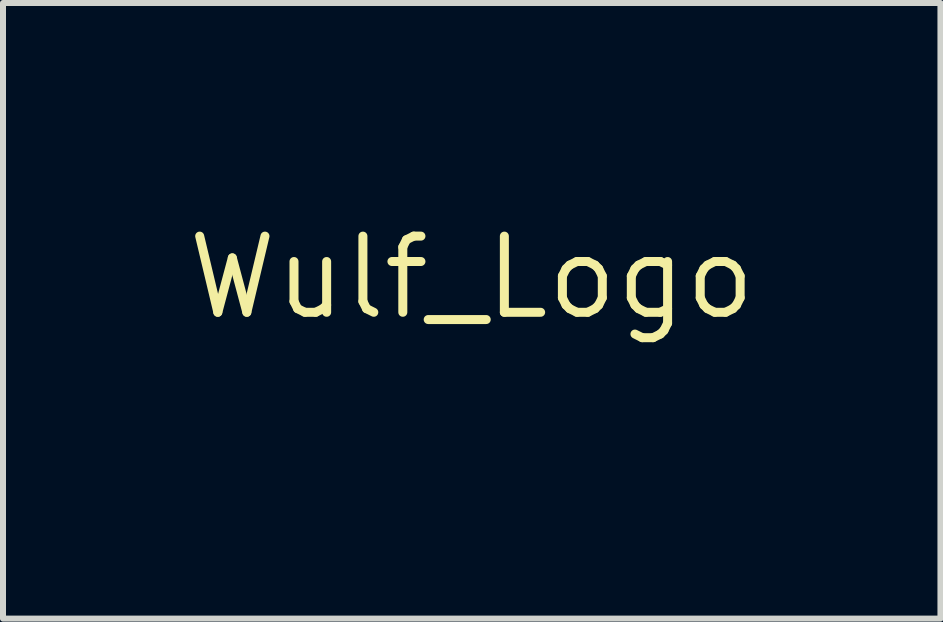
<source format=kicad_pcb>
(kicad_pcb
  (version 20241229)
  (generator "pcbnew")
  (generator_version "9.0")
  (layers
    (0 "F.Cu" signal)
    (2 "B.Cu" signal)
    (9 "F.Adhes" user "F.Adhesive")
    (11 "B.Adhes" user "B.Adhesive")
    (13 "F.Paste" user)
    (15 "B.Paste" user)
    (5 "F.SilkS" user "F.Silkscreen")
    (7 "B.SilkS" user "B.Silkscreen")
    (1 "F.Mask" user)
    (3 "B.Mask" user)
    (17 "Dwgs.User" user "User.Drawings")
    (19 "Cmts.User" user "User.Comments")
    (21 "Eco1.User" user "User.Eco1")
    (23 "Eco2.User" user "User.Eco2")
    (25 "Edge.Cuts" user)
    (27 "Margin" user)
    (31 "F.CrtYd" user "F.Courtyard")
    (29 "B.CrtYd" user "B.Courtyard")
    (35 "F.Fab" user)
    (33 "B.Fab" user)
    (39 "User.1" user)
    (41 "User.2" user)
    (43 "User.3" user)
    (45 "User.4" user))
  (footprint "Wulf_Logo"
    (layer "F.Cu")
    (at 4.815 1.577)
    (property "Reference" "Wulf_Logo" (at 0 0 0) (layer "F.SilkS") (effects (font (size 1.27 1.27) (thickness 0.15))))
    (attr through_hole)
    (fp_poly (pts (xy -1.391 -1.558) (xy -1.354 -1.521) (xy -1.309 -1.463) (xy -1.302 -1.452) (xy -1.272 -1.411) (xy -1.245 -1.378) (xy -1.216 -1.348) (xy -1.181 -1.319) (xy -1.135 -1.286) (xy -1.074 -1.246) (xy -0.992 -1.196) (xy -0.94 -1.164) (xy -0.843 -1.106) (xy -0.766 -1.06) (xy -0.701 -1.026) (xy -0.642 -0.998) (xy -0.581 -0.974) (xy -0.513 -0.95) (xy -0.428 -0.923) (xy -0.418 -0.92) (xy -0.334 -0.894) (xy -0.262 -0.87) (xy -0.206 -0.852) (xy -0.172 -0.839) (xy -0.163 -0.835) (xy -0.172 -0.824) (xy -0.202 -0.8) (xy -0.248 -0.767) (xy -0.277 -0.749) (xy -0.398 -0.671) (xy -0.23 -0.571) (xy -0.158 -0.528) (xy -0.109 -0.495) (xy -0.081 -0.471) (xy -0.068 -0.452) (xy -0.067 -0.438) (xy -0.073 -0.421) (xy -0.09 -0.409) (xy -0.125 -0.398) (xy -0.182 -0.386) (xy -0.209 -0.381) (xy -0.272 -0.369) (xy -0.321 -0.359) (xy -0.351 -0.351) (xy -0.355 -0.349) (xy -0.354 -0.331) (xy -0.346 -0.289) (xy -0.333 -0.227) (xy -0.315 -0.152) (xy -0.295 -0.069) (xy -0.273 0.017) (xy -0.252 0.1) (xy -0.232 0.174) (xy -0.215 0.234) (xy -0.202 0.273) (xy -0.196 0.286) (xy -0.177 0.295) (xy -0.133 0.311) (xy -0.068 0.334) (xy 0.012 0.361) (xy 0.104 0.391) (xy 0.123 0.397) (xy 0.239 0.433) (xy 0.335 0.461) (xy 0.42 0.483) (xy 0.505 0.501) (xy 0.599 0.517) (xy 0.712 0.533) (xy 0.742 0.537) (xy 1.056 0.58) (xy 1.526 0.948) (xy 1.632 1.032) (xy 1.731 1.11) (xy 1.819 1.181) (xy 1.893 1.242) (xy 1.951 1.29) (xy 1.989 1.324) (xy 2.006 1.341) (xy 2.006 1.342) (xy 2.01 1.368) (xy 2.014 1.418) (xy 2.016 1.483) (xy 2.016 1.529) (xy 2.018 1.599) (xy 2.021 1.658) (xy 2.025 1.697) (xy 2.029 1.71) (xy 2.042 1.717) (xy 2.075 1.721) (xy 2.129 1.722) (xy 2.208 1.72) (xy 2.286 1.717) (xy 2.372 1.713) (xy 2.448 1.711) (xy 2.507 1.71) (xy 2.544 1.71) (xy 2.552 1.711) (xy 2.568 1.73) (xy 2.572 1.752) (xy 2.566 1.767) (xy 2.548 1.787) (xy 2.514 1.814) (xy 2.462 1.851) (xy 2.387 1.898) (xy 2.293 1.957) (xy 2.208 2.008) (xy 2.131 2.053) (xy 2.067 2.09) (xy 2.02 2.115) (xy 1.995 2.127) (xy 1.993 2.127) (xy 1.971 2.121) (xy 1.927 2.103) (xy 1.865 2.076) (xy 1.793 2.043) (xy 1.765 2.03) (xy 1.559 1.933) (xy 1.45 1.704) (xy 1.341 1.475) (xy 1.27 1.484) (xy 1.209 1.492) (xy 1.15 1.5) (xy 1.139 1.502) (xy 1.079 1.511) (xy 1.111 1.556) (xy 1.134 1.599) (xy 1.143 1.642) (xy 1.143 1.642) (xy 1.152 1.674) (xy 1.179 1.714) (xy 1.23 1.765) (xy 1.233 1.768) (xy 1.323 1.852) (xy 1.264 2.152) (xy 1.245 2.248) (xy 1.228 2.333) (xy 1.213 2.404) (xy 1.202 2.455) (xy 1.197 2.48) (xy 1.197 2.48) (xy 1.19 2.493) (xy 1.173 2.501) (xy 1.142 2.505) (xy 1.091 2.508) (xy 1.014 2.508) (xy 1.006 2.508) (xy 0.916 2.507) (xy 0.854 2.501) (xy 0.821 2.49) (xy 0.812 2.471) (xy 0.826 2.442) (xy 0.86 2.402) (xy 1.005 2.402) (xy 1.008 2.412) (xy 1.016 2.413) (xy 1.029 2.407) (xy 1.027 2.402) (xy 1.008 2.401) (xy 1.005 2.402) (xy 0.86 2.402) (xy 0.86 2.402) (xy 0.87 2.392) (xy 0.906 2.353) (xy 0.924 2.323) (xy 0.929 2.291) (xy 0.925 2.25) (xy 0.917 2.175) (xy 0.827 2.175) (xy 0.756 2.169) (xy 0.713 2.151) (xy 0.699 2.122) (xy 0.709 2.104) (xy 0.737 2.073) (xy 0.739 2.072) (xy 0.889 2.072) (xy 0.897 2.08) (xy 0.905 2.072) (xy 0.897 2.064) (xy 0.889 2.072) (xy 0.739 2.072) (xy 0.76 2.052) (xy 1.006 2.052) (xy 1.013 2.149) (xy 1.019 2.209) (xy 1.032 2.25) (xy 1.057 2.285) (xy 1.068 2.298) (xy 1.099 2.327) (xy 1.119 2.343) (xy 1.123 2.343) (xy 1.128 2.327) (xy 1.137 2.285) (xy 1.15 2.224) (xy 1.164 2.151) (xy 1.165 2.147) (xy 1.201 1.955) (xy 1.006 2.052) (xy 0.76 2.052) (xy 0.764 2.048) (xy 0.796 2.017) (xy 0.816 1.99) (xy 0.821 1.963) (xy 0.811 1.935) (xy 0.783 1.901) (xy 0.735 1.859) (xy 0.665 1.805) (xy 0.572 1.737) (xy 0.552 1.723) (xy 0.294 1.539) (xy 0.159 1.547) (xy 0.091 1.551) (xy 0.002 1.555) (xy -0.097 1.56) (xy -0.195 1.564) (xy -0.208 1.565) (xy -0.44 1.575) (xy -0.563 2.04) (xy -0.686 2.504) (xy -0.851 2.683) (xy -0.993 2.682) (xy -1.059 2.68) (xy -1.113 2.677) (xy -1.148 2.674) (xy -1.155 2.672) (xy -1.173 2.653) (xy -1.168 2.619) (xy -1.14 2.568) (xy -1.138 2.564) (xy -1.012 2.564) (xy -1.008 2.581) (xy -0.975 2.588) (xy -0.971 2.588) (xy -0.939 2.584) (xy -0.93 2.567) (xy -0.933 2.548) (xy -0.942 2.516) (xy -0.957 2.512) (xy -0.986 2.533) (xy -0.987 2.535) (xy -1.012 2.564) (xy -1.138 2.564) (xy -1.088 2.498) (xy -1.079 2.487) (xy -1.038 2.436) (xy -1.006 2.393) (xy -0.987 2.366) (xy -0.984 2.36) (xy -0.999 2.355) (xy -1.037 2.351) (xy -1.086 2.349) (xy -1.143 2.348) (xy -1.19 2.344) (xy -1.213 2.34) (xy -1.234 2.322) (xy -1.234 2.29) (xy -1.214 2.241) (xy -1.207 2.23) (xy -1.087 2.23) (xy -1.074 2.238) (xy -1.057 2.238) (xy -1.03 2.233) (xy -1.026 2.213) (xy -1.027 2.207) (xy -1.038 2.181) (xy -1.046 2.175) (xy -1.061 2.187) (xy -1.076 2.207) (xy -1.087 2.23) (xy -1.207 2.23) (xy -1.172 2.173) (xy -1.158 2.153) (xy -1.078 2.038) (xy -1.15 1.777) (xy -1.175 1.689) (xy -1.198 1.61) (xy -1.218 1.546) (xy -1.232 1.504) (xy -1.238 1.488) (xy -1.244 1.474) (xy -1.136 1.474) (xy -1.13 1.496) (xy -1.116 1.543) (xy -1.096 1.614) (xy -1.071 1.704) (xy -1.041 1.808) (xy -1.009 1.924) (xy -0.992 1.984) (xy -0.958 2.104) (xy -0.927 2.215) (xy -0.9 2.313) (xy -0.877 2.394) (xy -0.86 2.454) (xy -0.85 2.49) (xy -0.847 2.497) (xy -0.839 2.513) (xy -0.826 2.507) (xy -0.805 2.482) (xy -0.794 2.46) (xy -0.778 2.415) (xy -0.756 2.345) (xy -0.727 2.249) (xy -0.692 2.128) (xy -0.651 1.978) (xy -0.602 1.801) (xy -0.546 1.594) (xy -0.51 1.459) (xy -0.409 1.459) (xy -0.407 1.466) (xy -0.397 1.47) (xy -0.378 1.473) (xy -0.345 1.474) (xy -0.295 1.473) (xy -0.226 1.47) (xy -0.134 1.465) (xy -0.017 1.458) (xy 0.115 1.45) (xy 0.186 1.446) (xy 0.199 1.445) (xy 0.368 1.445) (xy 0.383 1.465) (xy 0.423 1.5) (xy 0.486 1.55) (xy 0.57 1.613) (xy 0.667 1.683) (xy 0.96 1.891) (xy 0.962 1.833) (xy 1.064 1.833) (xy 1.065 1.876) (xy 1.07 1.902) (xy 1.072 1.905) (xy 1.091 1.898) (xy 1.125 1.882) (xy 1.129 1.88) (xy 1.161 1.862) (xy 1.167 1.848) (xy 1.152 1.827) (xy 1.149 1.823) (xy 1.116 1.793) (xy 1.092 1.776) (xy 1.074 1.77) (xy 1.066 1.782) (xy 1.064 1.817) (xy 1.064 1.833) (xy 0.962 1.833) (xy 0.97 1.467) (xy 1.448 1.467) (xy 1.453 1.483) (xy 1.47 1.521) (xy 1.496 1.577) (xy 1.529 1.646) (xy 1.54 1.667) (xy 1.637 1.86) (xy 1.783 1.929) (xy 1.844 1.957) (xy 1.894 1.978) (xy 1.925 1.991) (xy 1.934 1.993) (xy 1.934 1.976) (xy 1.934 1.933) (xy 1.933 1.868) (xy 1.932 1.83) (xy 2.032 1.83) (xy 2.032 2) (xy 2.181 1.909) (xy 2.241 1.872) (xy 2.288 1.841) (xy 2.319 1.821) (xy 2.327 1.814) (xy 2.31 1.813) (xy 2.27 1.814) (xy 2.212 1.818) (xy 2.178 1.82) (xy 2.032 1.83) (xy 1.932 1.83) (xy 1.93 1.787) (xy 1.927 1.701) (xy 1.923 1.599) (xy 1.919 1.524) (xy 1.916 1.473) (xy 1.911 1.44) (xy 1.904 1.422) (xy 1.896 1.415) (xy 1.884 1.413) (xy 1.882 1.413) (xy 1.852 1.415) (xy 1.802 1.42) (xy 1.737 1.427) (xy 1.665 1.436) (xy 1.594 1.445) (xy 1.53 1.453) (xy 1.48 1.461) (xy 1.452 1.466) (xy 1.448 1.467) (xy 0.97 1.467) (xy 0.972 1.399) (xy 1.071 1.399) (xy 1.071 1.413) (xy 1.086 1.411) (xy 1.129 1.405) (xy 1.194 1.397) (xy 1.277 1.387) (xy 1.375 1.374) (xy 1.443 1.366) (xy 1.548 1.352) (xy 1.641 1.34) (xy 1.72 1.329) (xy 1.778 1.321) (xy 1.812 1.315) (xy 1.819 1.313) (xy 1.809 1.303) (xy 1.776 1.275) (xy 1.724 1.233) (xy 1.657 1.178) (xy 1.576 1.114) (xy 1.486 1.043) (xy 1.456 1.019) (xy 1.343 0.931) (xy 1.252 0.862) (xy 1.183 0.811) (xy 1.133 0.777) (xy 1.101 0.759) (xy 1.086 0.755) (xy 1.084 0.758) (xy 1.083 0.779) (xy 1.082 0.824) (xy 1.08 0.888) (xy 1.079 0.966) (xy 1.077 1.052) (xy 1.075 1.14) (xy 1.073 1.224) (xy 1.072 1.3) (xy 1.071 1.36) (xy 1.071 1.399) (xy 0.972 1.399) (xy 0.972 1.386) (xy 0.975 1.259) (xy 0.978 1.141) (xy 0.979 1.034) (xy 0.98 0.944) (xy 0.981 0.875) (xy 0.981 0.831) (xy 0.98 0.821) (xy 0.976 0.76) (xy 0.67 1.087) (xy 0.569 1.195) (xy 0.49 1.282) (xy 0.432 1.35) (xy 0.393 1.398) (xy 0.372 1.43) (xy 0.368 1.445) (xy 0.199 1.445) (xy 0.231 1.441) (xy 0.256 1.434) (xy 0.267 1.424) (xy 0.27 1.408) (xy 0.27 1.403) (xy 0.274 1.387) (xy 0.288 1.364) (xy 0.313 1.33) (xy 0.35 1.285) (xy 0.402 1.226) (xy 0.469 1.152) (xy 0.553 1.061) (xy 0.656 0.951) (xy 0.779 0.821) (xy 0.832 0.765) (xy 0.913 0.68) (xy 0.619 0.684) (xy 0.325 0.689) (xy 0.147 0.593) (xy 0.386 0.593) (xy 0.388 0.602) (xy 0.397 0.603) (xy 0.41 0.597) (xy 0.407 0.593) (xy 0.389 0.591) (xy 0.386 0.593) (xy 0.147 0.593) (xy 0.123 0.579) (xy 0.349 0.579) (xy 0.357 0.587) (xy 0.365 0.579) (xy 0.357 0.572) (xy 0.349 0.579) (xy 0.123 0.579) (xy 0.097 0.566) (xy 0.021 0.525) (xy -0.046 0.491) (xy -0.097 0.465) (xy -0.128 0.45) (xy -0.136 0.448) (xy -0.141 0.464) (xy -0.153 0.507) (xy -0.172 0.573) (xy -0.195 0.659) (xy -0.222 0.761) (xy -0.253 0.875) (xy -0.269 0.937) (xy -0.301 1.057) (xy -0.331 1.168) (xy -0.357 1.266) (xy -0.379 1.347) (xy -0.395 1.408) (xy -0.405 1.443) (xy -0.407 1.45) (xy -0.409 1.459) (xy -0.51 1.459) (xy -0.499 1.418) (xy -0.453 1.244) (xy -0.41 1.08) (xy -0.37 0.927) (xy -0.334 0.789) (xy -0.303 0.668) (xy -0.278 0.567) (xy -0.258 0.487) (xy -0.245 0.432) (xy -0.239 0.404) (xy -0.239 0.4) (xy -0.252 0.413) (xy -0.282 0.447) (xy -0.33 0.501) (xy -0.391 0.571) (xy -0.464 0.655) (xy -0.547 0.751) (xy -0.637 0.857) (xy -0.697 0.927) (xy -0.823 1.075) (xy -0.928 1.199) (xy -1.011 1.3) (xy -1.073 1.379) (xy -1.114 1.434) (xy -1.134 1.466) (xy -1.136 1.474) (xy -1.244 1.474) (xy -1.252 1.453) (xy -1.254 1.436) (xy -1.258 1.415) (xy -1.27 1.367) (xy -1.289 1.297) (xy -1.313 1.207) (xy -1.342 1.102) (xy -1.374 0.985) (xy -1.397 0.904) (xy -1.539 0.397) (xy -1.539 0.393) (xy -1.439 0.393) (xy -1.315 0.835) (xy -1.282 0.949) (xy -1.253 1.054) (xy -1.227 1.146) (xy -1.206 1.22) (xy -1.191 1.272) (xy -1.183 1.299) (xy -1.182 1.301) (xy -1.18 1.308) (xy -1.177 1.312) (xy -1.171 1.313) (xy -1.162 1.307) (xy -1.146 1.293) (xy -1.123 1.268) (xy -1.09 1.232) (xy -1.046 1.182) (xy -0.989 1.115) (xy -0.916 1.03) (xy -0.827 0.926) (xy -0.719 0.799) (xy -0.708 0.787) (xy -0.6 0.659) (xy -0.507 0.548) (xy -0.431 0.455) (xy -0.372 0.381) (xy -0.332 0.327) (xy -0.311 0.295) (xy -0.309 0.286) (xy -0.315 0.264) (xy -0.327 0.216) (xy -0.345 0.147) (xy -0.365 0.064) (xy -0.389 -0.03) (xy -0.39 -0.036) (xy -0.418 -0.143) (xy -0.439 -0.223) (xy -0.456 -0.278) (xy -0.47 -0.313) (xy -0.482 -0.33) (xy -0.49 -0.333) (xy -0.512 -0.331) (xy -0.561 -0.324) (xy -0.633 -0.313) (xy -0.722 -0.3) (xy -0.824 -0.284) (xy -0.912 -0.271) (xy -1.035 -0.251) (xy -1.131 -0.235) (xy -1.202 -0.222) (xy -1.254 -0.211) (xy -1.29 -0.201) (xy -1.313 -0.191) (xy -1.328 -0.18) (xy -1.336 -0.172) (xy -1.357 -0.14) (xy -1.365 -0.119) (xy -1.368 -0.099) (xy -1.374 -0.052) (xy -1.383 0.014) (xy -1.395 0.094) (xy -1.402 0.145) (xy -1.439 0.393) (xy -1.539 0.393) (xy -1.498 0.115) (xy -1.482 0.011) (xy -1.469 -0.068) (xy -1.457 -0.125) (xy -1.445 -0.168) (xy -1.432 -0.2) (xy -1.415 -0.227) (xy -1.413 -0.23) (xy -1.382 -0.291) (xy -1.359 -0.371) (xy -1.349 -0.422) (xy -1.329 -0.55) (xy -1.407 -0.755) (xy -1.438 -0.836) (xy -1.461 -0.893) (xy -1.479 -0.93) (xy -1.496 -0.953) (xy -1.513 -0.966) (xy -1.535 -0.974) (xy -1.546 -0.977) (xy -1.599 -1.002) (xy -1.636 -1.047) (xy -1.636 -1.049) (xy -1.659 -1.097) (xy -1.663 -1.126) (xy -1.646 -1.143) (xy -1.619 -1.151) (xy -1.587 -1.161) (xy -1.574 -1.176) (xy -1.579 -1.206) (xy -1.596 -1.249) (xy -1.614 -1.293) (xy -1.495 -1.293) (xy -1.491 -1.271) (xy -1.482 -1.238) (xy -1.466 -1.191) (xy -1.442 -1.127) (xy -1.411 -1.043) (xy -1.37 -0.936) (xy -1.319 -0.805) (xy -1.284 -0.714) (xy -1.259 -0.647) (xy -1.243 -0.595) (xy -1.235 -0.553) (xy -1.234 -0.512) (xy -1.24 -0.468) (xy -1.251 -0.411) (xy -1.263 -0.353) (xy -1.262 -0.324) (xy -1.25 -0.318) (xy -1.23 -0.32) (xy -1.183 -0.327) (xy -1.112 -0.338) (xy -1.021 -0.352) (xy -0.916 -0.368) (xy -0.799 -0.386) (xy -0.746 -0.394) (xy -0.262 -0.47) (xy -0.325 -0.511) (xy -0.381 -0.545) (xy -0.442 -0.581) (xy -0.456 -0.589) (xy -0.504 -0.625) (xy -0.558 -0.682) (xy -0.621 -0.765) (xy -0.626 -0.772) (xy -0.683 -0.853) (xy -0.549 -0.853) (xy -0.546 -0.837) (xy -0.529 -0.808) (xy -0.506 -0.776) (xy -0.484 -0.753) (xy -0.474 -0.746) (xy -0.451 -0.754) (xy -0.418 -0.773) (xy -0.377 -0.8) (xy -0.461 -0.829) (xy -0.508 -0.843) (xy -0.54 -0.852) (xy -0.549 -0.853) (xy -0.683 -0.853) (xy -0.729 -0.917) (xy -0.988 -1.076) (xy -1.078 -1.131) (xy -1.167 -1.184) (xy -1.248 -1.233) (xy -1.315 -1.272) (xy -1.356 -1.295) (xy -1.411 -1.324) (xy -1.445 -1.34) (xy -1.466 -1.343) (xy -1.479 -1.335) (xy -1.486 -1.327) (xy -1.492 -1.318) (xy -1.495 -1.308) (xy -1.495 -1.293) (xy -1.614 -1.293) (xy -1.62 -1.307) (xy -1.532 -1.439) (xy -1.483 -1.508) (xy -1.444 -1.553) (xy -1.418 -1.571) (xy -1.415 -1.572) (xy -1.391 -1.558)) (stroke (width 0.01) (type solid)) (fill yes) (layer "F.Mask")))
  (gr_rect
    (start -3 -3)
    (end 12.63 7.264)
    (stroke (width 0.1) (type default))
    (fill no)
    (layer "Edge.Cuts")))
</source>
